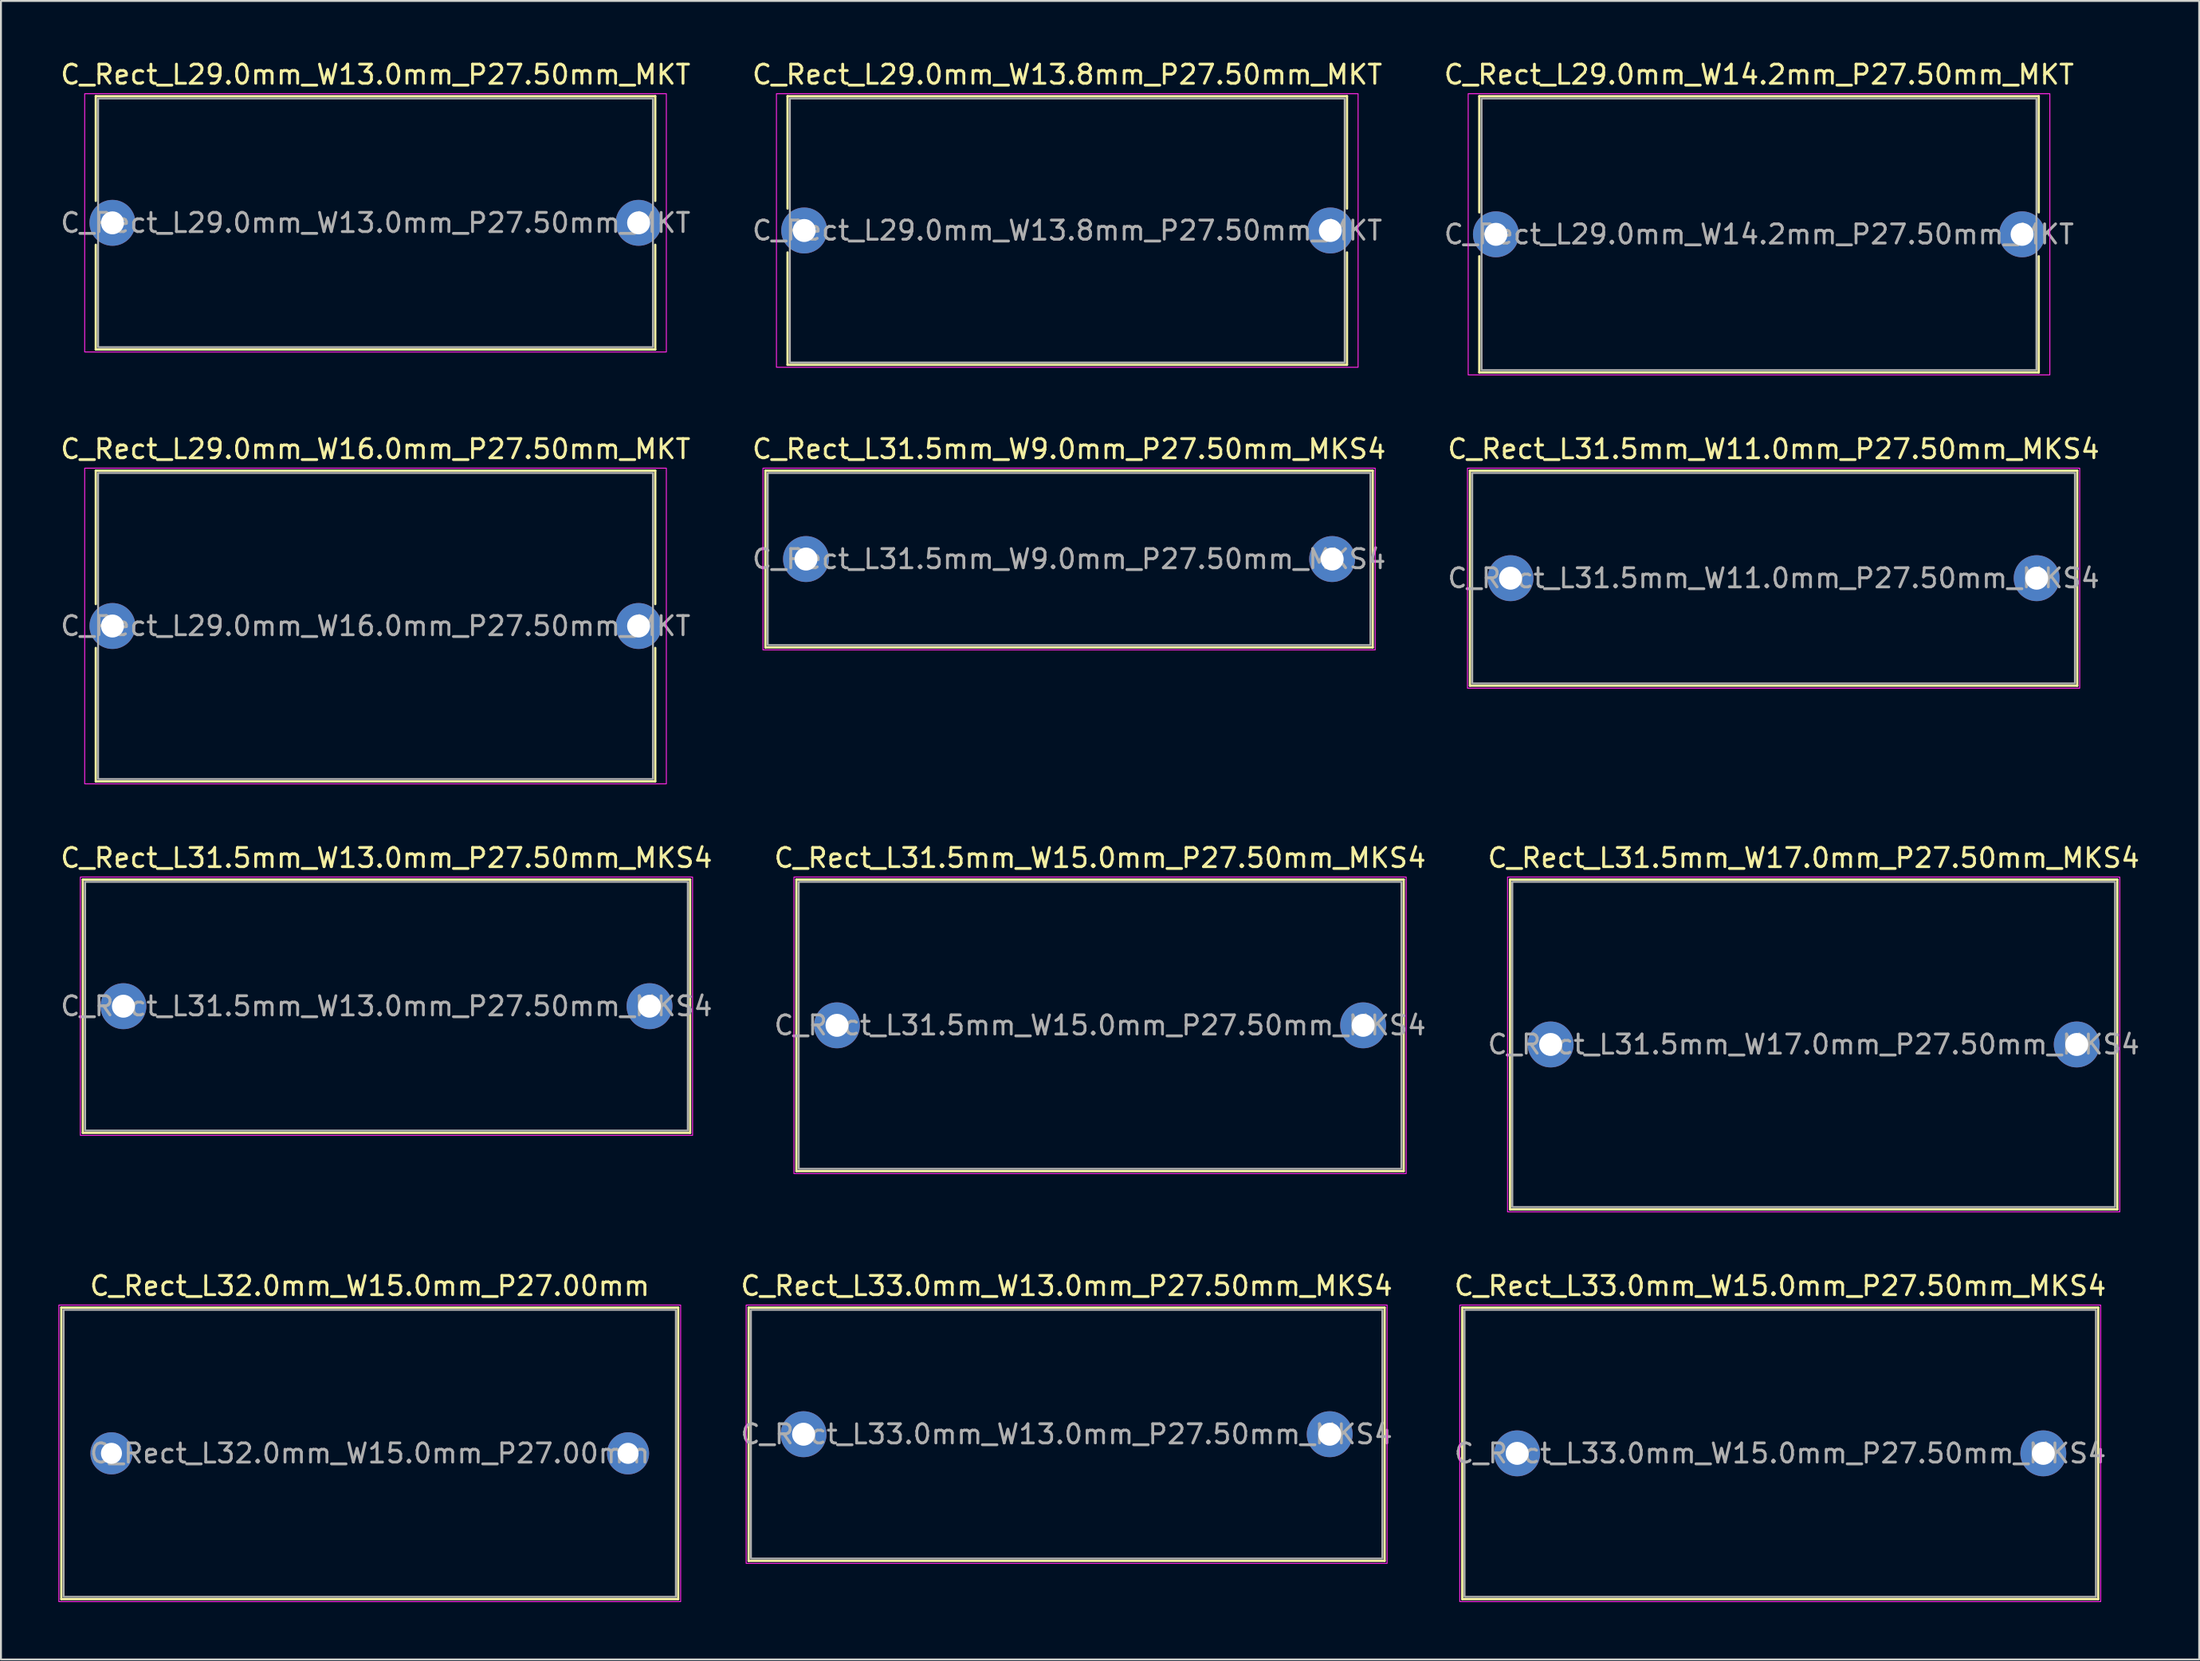
<source format=kicad_pcb>
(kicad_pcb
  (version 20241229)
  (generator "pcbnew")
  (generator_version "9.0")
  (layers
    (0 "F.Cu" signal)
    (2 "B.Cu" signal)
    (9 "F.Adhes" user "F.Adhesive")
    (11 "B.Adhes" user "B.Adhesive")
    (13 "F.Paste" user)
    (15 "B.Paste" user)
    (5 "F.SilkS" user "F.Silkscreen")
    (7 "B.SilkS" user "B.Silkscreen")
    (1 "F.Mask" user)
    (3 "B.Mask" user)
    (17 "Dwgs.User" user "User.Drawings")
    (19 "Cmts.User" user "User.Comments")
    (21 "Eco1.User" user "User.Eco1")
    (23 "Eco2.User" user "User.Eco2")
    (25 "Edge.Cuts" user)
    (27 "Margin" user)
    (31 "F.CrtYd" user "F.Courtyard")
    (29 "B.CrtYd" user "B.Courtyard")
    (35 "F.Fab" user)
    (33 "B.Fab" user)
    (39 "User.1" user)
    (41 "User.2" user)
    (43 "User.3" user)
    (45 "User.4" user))
  (footprint "C_Rect_L31.5mm_W11.0mm_P27.50mm_MKS4"
    (layer "F.Cu")
    (at 75.899 27.172)
    (property "Reference" "C_Rect_L31.5mm_W11.0mm_P27.50mm_MKS4" (at 13.75 -6.75 0) (layer "F.SilkS") (effects (font (size 1 1) (thickness 0.15))))
    (attr through_hole)
    (fp_line (start -2.12 -5.62) (end 29.62 -5.62) (stroke (width 0.12) (type solid)) (layer "F.SilkS"))
    (fp_line (start -2.12 5.62) (end -2.12 -5.62) (stroke (width 0.12) (type solid)) (layer "F.SilkS"))
    (fp_line (start 29.62 -5.62) (end 29.62 5.62) (stroke (width 0.12) (type solid)) (layer "F.SilkS"))
    (fp_line (start 29.62 5.62) (end -2.12 5.62) (stroke (width 0.12) (type solid)) (layer "F.SilkS"))
    (fp_rect (start -2.25 -5.75) (end 29.75 5.75) (stroke (width 0.05) (type solid)) (fill no) (layer "F.CrtYd"))
    (fp_rect (start -2 -5.5) (end 29.5 5.5) (stroke (width 0.1) (type solid)) (fill no) (layer "F.Fab"))
    (fp_text user "${REFERENCE}" (at 13.75 0 0) (layer "F.Fab") (effects (font (size 1 1) (thickness 0.15))))
    (pad "1" thru_hole circle (at 0 0) (size 2.4 2.4) (drill 1.2) (layers "*.Cu" "*.Mask"))
    (pad "2" thru_hole circle (at 27.5 0) (size 2.4 2.4) (drill 1.2) (layers "*.Cu" "*.Mask")))
  (footprint "C_Rect_L32.0mm_W15.0mm_P27.00mm"
    (layer "F.Cu")
    (at 2.775 72.918)
    (property "Reference" "C_Rect_L32.0mm_W15.0mm_P27.00mm" (at 13.5 -8.75 0) (layer "F.SilkS") (effects (font (size 1 1) (thickness 0.15))))
    (attr through_hole)
    (fp_line (start -2.62 -7.62) (end 29.62 -7.62) (stroke (width 0.12) (type solid)) (layer "F.SilkS"))
    (fp_line (start -2.62 7.62) (end -2.62 -7.62) (stroke (width 0.12) (type solid)) (layer "F.SilkS"))
    (fp_line (start 29.62 -7.62) (end 29.62 7.62) (stroke (width 0.12) (type solid)) (layer "F.SilkS"))
    (fp_line (start 29.62 7.62) (end -2.62 7.62) (stroke (width 0.12) (type solid)) (layer "F.SilkS"))
    (fp_rect (start -2.75 -7.75) (end 29.75 7.75) (stroke (width 0.05) (type solid)) (fill no) (layer "F.CrtYd"))
    (fp_rect (start -2.5 -7.5) (end 29.5 7.5) (stroke (width 0.1) (type solid)) (fill no) (layer "F.Fab"))
    (fp_text user "${REFERENCE}" (at 13.5 0 0) (layer "F.Fab") (effects (font (size 1 1) (thickness 0.15))))
    (pad "1" thru_hole circle (at 0 0) (size 2.2 2.2) (drill 1.1) (layers "*.Cu" "*.Mask"))
    (pad "2" thru_hole circle (at 27 0) (size 2.2 2.2) (drill 1.1) (layers "*.Cu" "*.Mask")))
  (footprint "C_Rect_L31.5mm_W9.0mm_P27.50mm_MKS4"
    (layer "F.Cu")
    (at 39.077 26.172)
    (property "Reference" "C_Rect_L31.5mm_W9.0mm_P27.50mm_MKS4" (at 13.75 -5.75 0) (layer "F.SilkS") (effects (font (size 1 1) (thickness 0.15))))
    (attr through_hole)
    (fp_line (start -2.12 -4.62) (end 29.62 -4.62) (stroke (width 0.12) (type solid)) (layer "F.SilkS"))
    (fp_line (start -2.12 4.62) (end -2.12 -4.62) (stroke (width 0.12) (type solid)) (layer "F.SilkS"))
    (fp_line (start 29.62 -4.62) (end 29.62 4.62) (stroke (width 0.12) (type solid)) (layer "F.SilkS"))
    (fp_line (start 29.62 4.62) (end -2.12 4.62) (stroke (width 0.12) (type solid)) (layer "F.SilkS"))
    (fp_rect (start -2.25 -4.75) (end 29.75 4.75) (stroke (width 0.05) (type solid)) (fill no) (layer "F.CrtYd"))
    (fp_rect (start -2 -4.5) (end 29.5 4.5) (stroke (width 0.1) (type solid)) (fill no) (layer "F.Fab"))
    (fp_text user "${REFERENCE}" (at 13.75 0 0) (layer "F.Fab") (effects (font (size 1 1) (thickness 0.15))))
    (pad "1" thru_hole circle (at 0 0) (size 2.4 2.4) (drill 1.2) (layers "*.Cu" "*.Mask"))
    (pad "2" thru_hole circle (at 27.5 0) (size 2.4 2.4) (drill 1.2) (layers "*.Cu" "*.Mask")))
  (footprint "C_Rect_L29.0mm_W13.0mm_P27.50mm_MKT"
    (layer "F.Cu")
    (at 2.827 8.598)
    (property "Reference" "C_Rect_L29.0mm_W13.0mm_P27.50mm_MKT" (at 13.75 -7.75 0) (layer "F.SilkS") (effects (font (size 1 1) (thickness 0.15))))
    (attr through_hole)
    (fp_line (start -0.87 -6.62) (end 28.37 -6.62) (stroke (width 0.12) (type solid)) (layer "F.SilkS"))
    (fp_line (start -0.87 -1.147) (end -0.87 -6.62) (stroke (width 0.12) (type solid)) (layer "F.SilkS"))
    (fp_line (start -0.87 6.62) (end -0.87 1.147) (stroke (width 0.12) (type solid)) (layer "F.SilkS"))
    (fp_line (start 28.37 -6.62) (end 28.37 -1.147) (stroke (width 0.12) (type solid)) (layer "F.SilkS"))
    (fp_line (start 28.37 1.147) (end 28.37 6.62) (stroke (width 0.12) (type solid)) (layer "F.SilkS"))
    (fp_line (start 28.37 6.62) (end -0.87 6.62) (stroke (width 0.12) (type solid)) (layer "F.SilkS"))
    (fp_rect (start -1.45 -6.75) (end 28.95 6.75) (stroke (width 0.05) (type solid)) (fill no) (layer "F.CrtYd"))
    (fp_rect (start -0.75 -6.5) (end 28.25 6.5) (stroke (width 0.1) (type solid)) (fill no) (layer "F.Fab"))
    (fp_text user "${REFERENCE}" (at 13.75 0 0) (layer "F.Fab") (effects (font (size 1 1) (thickness 0.15))))
    (pad "1" thru_hole circle (at 0 0) (size 2.4 2.4) (drill 1.2) (layers "*.Cu" "*.Mask"))
    (pad "2" thru_hole circle (at 27.5 0) (size 2.4 2.4) (drill 1.2) (layers "*.Cu" "*.Mask")))
  (footprint "C_Rect_L31.5mm_W15.0mm_P27.50mm_MKS4"
    (layer "F.Cu")
    (at 40.696 50.545)
    (property "Reference" "C_Rect_L31.5mm_W15.0mm_P27.50mm_MKS4" (at 13.75 -8.75 0) (layer "F.SilkS") (effects (font (size 1 1) (thickness 0.15))))
    (attr through_hole)
    (fp_line (start -2.12 -7.62) (end 29.62 -7.62) (stroke (width 0.12) (type solid)) (layer "F.SilkS"))
    (fp_line (start -2.12 7.62) (end -2.12 -7.62) (stroke (width 0.12) (type solid)) (layer "F.SilkS"))
    (fp_line (start 29.62 -7.62) (end 29.62 7.62) (stroke (width 0.12) (type solid)) (layer "F.SilkS"))
    (fp_line (start 29.62 7.62) (end -2.12 7.62) (stroke (width 0.12) (type solid)) (layer "F.SilkS"))
    (fp_rect (start -2.25 -7.75) (end 29.75 7.75) (stroke (width 0.05) (type solid)) (fill no) (layer "F.CrtYd"))
    (fp_rect (start -2 -7.5) (end 29.5 7.5) (stroke (width 0.1) (type solid)) (fill no) (layer "F.Fab"))
    (fp_text user "${REFERENCE}" (at 13.75 0 0) (layer "F.Fab") (effects (font (size 1 1) (thickness 0.15))))
    (pad "1" thru_hole circle (at 0 0) (size 2.4 2.4) (drill 1.2) (layers "*.Cu" "*.Mask"))
    (pad "2" thru_hole circle (at 27.5 0) (size 2.4 2.4) (drill 1.2) (layers "*.Cu" "*.Mask")))
  (footprint "C_Rect_L33.0mm_W13.0mm_P27.50mm_MKS4"
    (layer "F.Cu")
    (at 38.949 71.918)
    (property "Reference" "C_Rect_L33.0mm_W13.0mm_P27.50mm_MKS4" (at 13.75 -7.75 0) (layer "F.SilkS") (effects (font (size 1 1) (thickness 0.15))))
    (attr through_hole)
    (fp_line (start -2.87 -6.62) (end 30.37 -6.62) (stroke (width 0.12) (type solid)) (layer "F.SilkS"))
    (fp_line (start -2.87 6.62) (end -2.87 -6.62) (stroke (width 0.12) (type solid)) (layer "F.SilkS"))
    (fp_line (start 30.37 -6.62) (end 30.37 6.62) (stroke (width 0.12) (type solid)) (layer "F.SilkS"))
    (fp_line (start 30.37 6.62) (end -2.87 6.62) (stroke (width 0.12) (type solid)) (layer "F.SilkS"))
    (fp_rect (start -3 -6.75) (end 30.5 6.75) (stroke (width 0.05) (type solid)) (fill no) (layer "F.CrtYd"))
    (fp_rect (start -2.75 -6.5) (end 30.25 6.5) (stroke (width 0.1) (type solid)) (fill no) (layer "F.Fab"))
    (fp_text user "${REFERENCE}" (at 13.75 0 0) (layer "F.Fab") (effects (font (size 1 1) (thickness 0.15))))
    (pad "1" thru_hole circle (at 0 0) (size 2.4 2.4) (drill 1.2) (layers "*.Cu" "*.Mask"))
    (pad "2" thru_hole circle (at 27.5 0) (size 2.4 2.4) (drill 1.2) (layers "*.Cu" "*.Mask")))
  (footprint "C_Rect_L31.5mm_W13.0mm_P27.50mm_MKS4"
    (layer "F.Cu")
    (at 3.399 49.545)
    (property "Reference" "C_Rect_L31.5mm_W13.0mm_P27.50mm_MKS4" (at 13.75 -7.75 0) (layer "F.SilkS") (effects (font (size 1 1) (thickness 0.15))))
    (attr through_hole)
    (fp_line (start -2.12 -6.62) (end 29.62 -6.62) (stroke (width 0.12) (type solid)) (layer "F.SilkS"))
    (fp_line (start -2.12 6.62) (end -2.12 -6.62) (stroke (width 0.12) (type solid)) (layer "F.SilkS"))
    (fp_line (start 29.62 -6.62) (end 29.62 6.62) (stroke (width 0.12) (type solid)) (layer "F.SilkS"))
    (fp_line (start 29.62 6.62) (end -2.12 6.62) (stroke (width 0.12) (type solid)) (layer "F.SilkS"))
    (fp_rect (start -2.25 -6.75) (end 29.75 6.75) (stroke (width 0.05) (type solid)) (fill no) (layer "F.CrtYd"))
    (fp_rect (start -2 -6.5) (end 29.5 6.5) (stroke (width 0.1) (type solid)) (fill no) (layer "F.Fab"))
    (fp_text user "${REFERENCE}" (at 13.75 0 0) (layer "F.Fab") (effects (font (size 1 1) (thickness 0.15))))
    (pad "1" thru_hole circle (at 0 0) (size 2.4 2.4) (drill 1.2) (layers "*.Cu" "*.Mask"))
    (pad "2" thru_hole circle (at 27.5 0) (size 2.4 2.4) (drill 1.2) (layers "*.Cu" "*.Mask")))
  (footprint "C_Rect_L29.0mm_W13.8mm_P27.50mm_MKT"
    (layer "F.Cu")
    (at 38.982 8.998)
    (property "Reference" "C_Rect_L29.0mm_W13.8mm_P27.50mm_MKT" (at 13.75 -8.15 0) (layer "F.SilkS") (effects (font (size 1 1) (thickness 0.15))))
    (attr through_hole)
    (fp_line (start -0.87 -7.02) (end 28.37 -7.02) (stroke (width 0.12) (type solid)) (layer "F.SilkS"))
    (fp_line (start -0.87 -1.147) (end -0.87 -7.02) (stroke (width 0.12) (type solid)) (layer "F.SilkS"))
    (fp_line (start -0.87 7.02) (end -0.87 1.147) (stroke (width 0.12) (type solid)) (layer "F.SilkS"))
    (fp_line (start 28.37 -7.02) (end 28.37 -1.147) (stroke (width 0.12) (type solid)) (layer "F.SilkS"))
    (fp_line (start 28.37 1.147) (end 28.37 7.02) (stroke (width 0.12) (type solid)) (layer "F.SilkS"))
    (fp_line (start 28.37 7.02) (end -0.87 7.02) (stroke (width 0.12) (type solid)) (layer "F.SilkS"))
    (fp_rect (start -1.45 -7.15) (end 28.95 7.15) (stroke (width 0.05) (type solid)) (fill no) (layer "F.CrtYd"))
    (fp_rect (start -0.75 -6.9) (end 28.25 6.9) (stroke (width 0.1) (type solid)) (fill no) (layer "F.Fab"))
    (fp_text user "${REFERENCE}" (at 13.75 0 0) (layer "F.Fab") (effects (font (size 1 1) (thickness 0.15))))
    (pad "1" thru_hole circle (at 0 0) (size 2.4 2.4) (drill 1.2) (layers "*.Cu" "*.Mask"))
    (pad "2" thru_hole circle (at 27.5 0) (size 2.4 2.4) (drill 1.2) (layers "*.Cu" "*.Mask")))
  (footprint "C_Rect_L33.0mm_W15.0mm_P27.50mm_MKS4"
    (layer "F.Cu")
    (at 76.246 72.918)
    (property "Reference" "C_Rect_L33.0mm_W15.0mm_P27.50mm_MKS4" (at 13.75 -8.75 0) (layer "F.SilkS") (effects (font (size 1 1) (thickness 0.15))))
    (attr through_hole)
    (fp_line (start -2.87 -7.62) (end 30.37 -7.62) (stroke (width 0.12) (type solid)) (layer "F.SilkS"))
    (fp_line (start -2.87 7.62) (end -2.87 -7.62) (stroke (width 0.12) (type solid)) (layer "F.SilkS"))
    (fp_line (start 30.37 -7.62) (end 30.37 7.62) (stroke (width 0.12) (type solid)) (layer "F.SilkS"))
    (fp_line (start 30.37 7.62) (end -2.87 7.62) (stroke (width 0.12) (type solid)) (layer "F.SilkS"))
    (fp_rect (start -3 -7.75) (end 30.5 7.75) (stroke (width 0.05) (type solid)) (fill no) (layer "F.CrtYd"))
    (fp_rect (start -2.75 -7.5) (end 30.25 7.5) (stroke (width 0.1) (type solid)) (fill no) (layer "F.Fab"))
    (fp_text user "${REFERENCE}" (at 13.75 0 0) (layer "F.Fab") (effects (font (size 1 1) (thickness 0.15))))
    (pad "1" thru_hole circle (at 0 0) (size 2.4 2.4) (drill 1.2) (layers "*.Cu" "*.Mask"))
    (pad "2" thru_hole circle (at 27.5 0) (size 2.4 2.4) (drill 1.2) (layers "*.Cu" "*.Mask")))
  (footprint "C_Rect_L29.0mm_W16.0mm_P27.50mm_MKT"
    (layer "F.Cu")
    (at 2.827 29.672)
    (property "Reference" "C_Rect_L29.0mm_W16.0mm_P27.50mm_MKT" (at 13.75 -9.25 0) (layer "F.SilkS") (effects (font (size 1 1) (thickness 0.15))))
    (attr through_hole)
    (fp_line (start -0.87 -8.12) (end 28.37 -8.12) (stroke (width 0.12) (type solid)) (layer "F.SilkS"))
    (fp_line (start -0.87 -1.147) (end -0.87 -8.12) (stroke (width 0.12) (type solid)) (layer "F.SilkS"))
    (fp_line (start -0.87 8.12) (end -0.87 1.147) (stroke (width 0.12) (type solid)) (layer "F.SilkS"))
    (fp_line (start 28.37 -8.12) (end 28.37 -1.147) (stroke (width 0.12) (type solid)) (layer "F.SilkS"))
    (fp_line (start 28.37 1.147) (end 28.37 8.12) (stroke (width 0.12) (type solid)) (layer "F.SilkS"))
    (fp_line (start 28.37 8.12) (end -0.87 8.12) (stroke (width 0.12) (type solid)) (layer "F.SilkS"))
    (fp_rect (start -1.45 -8.25) (end 28.95 8.25) (stroke (width 0.05) (type solid)) (fill no) (layer "F.CrtYd"))
    (fp_rect (start -0.75 -8) (end 28.25 8) (stroke (width 0.1) (type solid)) (fill no) (layer "F.Fab"))
    (fp_text user "${REFERENCE}" (at 13.75 0 0) (layer "F.Fab") (effects (font (size 1 1) (thickness 0.15))))
    (pad "1" thru_hole circle (at 0 0) (size 2.4 2.4) (drill 1.2) (layers "*.Cu" "*.Mask"))
    (pad "2" thru_hole circle (at 27.5 0) (size 2.4 2.4) (drill 1.2) (layers "*.Cu" "*.Mask")))
  (footprint "C_Rect_L29.0mm_W14.2mm_P27.50mm_MKT"
    (layer "F.Cu")
    (at 75.137 9.198)
    (property "Reference" "C_Rect_L29.0mm_W14.2mm_P27.50mm_MKT" (at 13.75 -8.35 0) (layer "F.SilkS") (effects (font (size 1 1) (thickness 0.15))))
    (attr through_hole)
    (fp_line (start -0.87 -7.22) (end 28.37 -7.22) (stroke (width 0.12) (type solid)) (layer "F.SilkS"))
    (fp_line (start -0.87 -1.147) (end -0.87 -7.22) (stroke (width 0.12) (type solid)) (layer "F.SilkS"))
    (fp_line (start -0.87 7.22) (end -0.87 1.147) (stroke (width 0.12) (type solid)) (layer "F.SilkS"))
    (fp_line (start 28.37 -7.22) (end 28.37 -1.147) (stroke (width 0.12) (type solid)) (layer "F.SilkS"))
    (fp_line (start 28.37 1.147) (end 28.37 7.22) (stroke (width 0.12) (type solid)) (layer "F.SilkS"))
    (fp_line (start 28.37 7.22) (end -0.87 7.22) (stroke (width 0.12) (type solid)) (layer "F.SilkS"))
    (fp_rect (start -1.45 -7.35) (end 28.95 7.35) (stroke (width 0.05) (type solid)) (fill no) (layer "F.CrtYd"))
    (fp_rect (start -0.75 -7.1) (end 28.25 7.1) (stroke (width 0.1) (type solid)) (fill no) (layer "F.Fab"))
    (fp_text user "${REFERENCE}" (at 13.75 0 0) (layer "F.Fab") (effects (font (size 1 1) (thickness 0.15))))
    (pad "1" thru_hole circle (at 0 0) (size 2.4 2.4) (drill 1.2) (layers "*.Cu" "*.Mask"))
    (pad "2" thru_hole circle (at 27.5 0) (size 2.4 2.4) (drill 1.2) (layers "*.Cu" "*.Mask")))
  (footprint "C_Rect_L31.5mm_W17.0mm_P27.50mm_MKS4"
    (layer "F.Cu")
    (at 77.994 51.545)
    (property "Reference" "C_Rect_L31.5mm_W17.0mm_P27.50mm_MKS4" (at 13.75 -9.75 0) (layer "F.SilkS") (effects (font (size 1 1) (thickness 0.15))))
    (attr through_hole)
    (fp_line (start -2.12 -8.62) (end 29.62 -8.62) (stroke (width 0.12) (type solid)) (layer "F.SilkS"))
    (fp_line (start -2.12 8.62) (end -2.12 -8.62) (stroke (width 0.12) (type solid)) (layer "F.SilkS"))
    (fp_line (start 29.62 -8.62) (end 29.62 8.62) (stroke (width 0.12) (type solid)) (layer "F.SilkS"))
    (fp_line (start 29.62 8.62) (end -2.12 8.62) (stroke (width 0.12) (type solid)) (layer "F.SilkS"))
    (fp_rect (start -2.25 -8.75) (end 29.75 8.75) (stroke (width 0.05) (type solid)) (fill no) (layer "F.CrtYd"))
    (fp_rect (start -2 -8.5) (end 29.5 8.5) (stroke (width 0.1) (type solid)) (fill no) (layer "F.Fab"))
    (fp_text user "${REFERENCE}" (at 13.75 0 0) (layer "F.Fab") (effects (font (size 1 1) (thickness 0.15))))
    (pad "1" thru_hole circle (at 0 0) (size 2.4 2.4) (drill 1.2) (layers "*.Cu" "*.Mask"))
    (pad "2" thru_hole circle (at 27.5 0) (size 2.4 2.4) (drill 1.2) (layers "*.Cu" "*.Mask")))
  (gr_rect
    (start -3 -3)
    (end 111.893 83.693)
    (stroke (width 0.1) (type default))
    (fill no)
    (layer "Edge.Cuts")))
</source>
